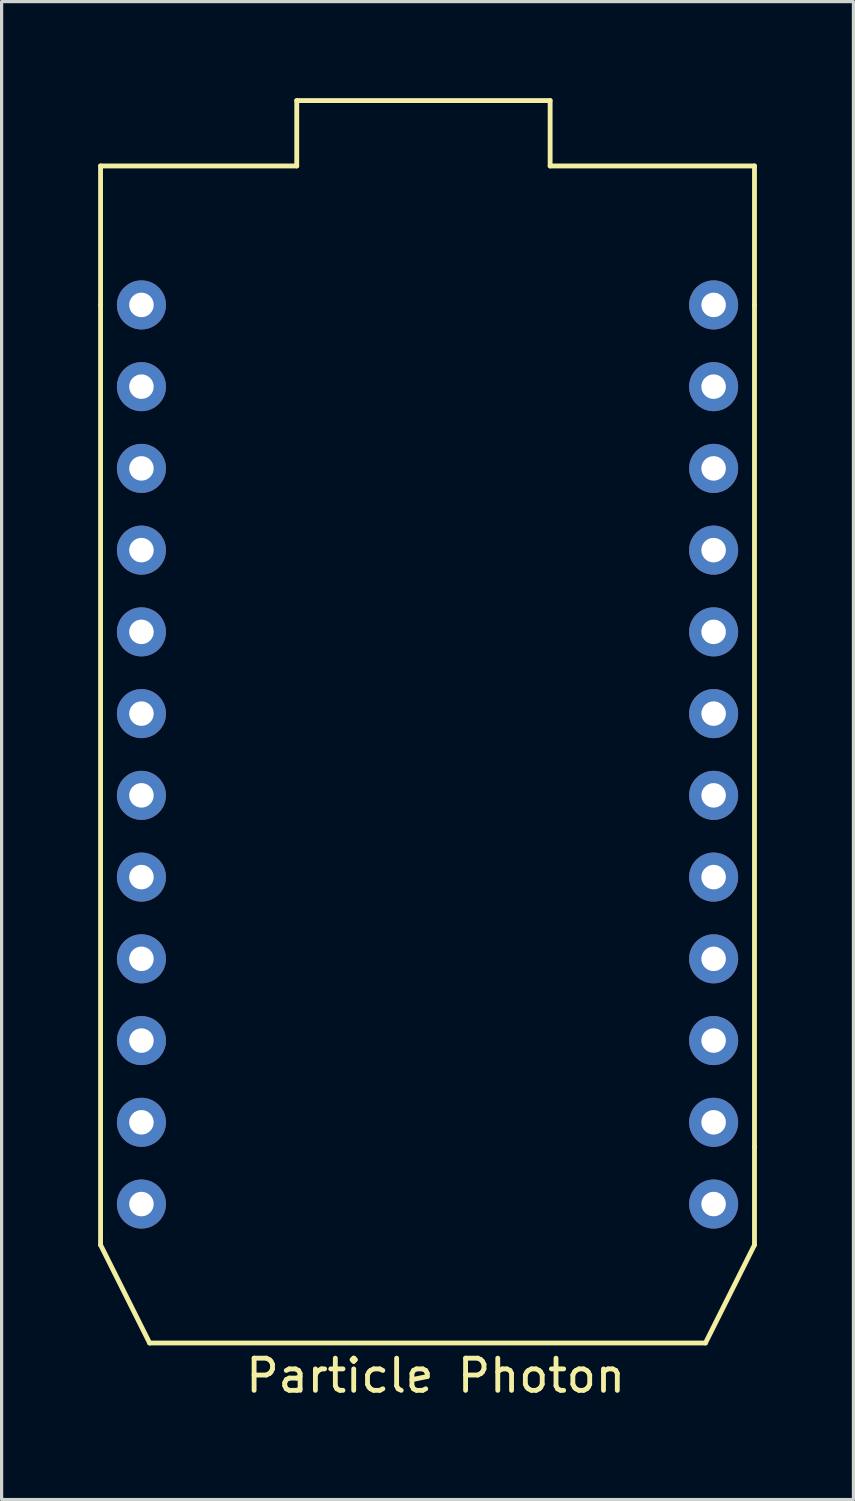
<source format=kicad_pcb>
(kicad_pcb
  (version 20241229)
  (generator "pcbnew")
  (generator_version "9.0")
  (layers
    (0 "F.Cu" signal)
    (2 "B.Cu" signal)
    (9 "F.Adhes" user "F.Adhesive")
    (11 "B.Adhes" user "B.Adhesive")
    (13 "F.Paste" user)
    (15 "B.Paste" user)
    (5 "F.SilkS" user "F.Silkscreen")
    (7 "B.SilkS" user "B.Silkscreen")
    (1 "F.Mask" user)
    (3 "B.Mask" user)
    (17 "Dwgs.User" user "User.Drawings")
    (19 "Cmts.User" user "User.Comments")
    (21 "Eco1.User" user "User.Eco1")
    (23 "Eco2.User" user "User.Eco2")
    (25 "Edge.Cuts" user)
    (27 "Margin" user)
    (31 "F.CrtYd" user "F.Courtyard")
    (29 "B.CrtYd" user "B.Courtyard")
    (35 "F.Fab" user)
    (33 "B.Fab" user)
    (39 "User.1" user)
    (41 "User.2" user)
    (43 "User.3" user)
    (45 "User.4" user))
  (footprint "Particle Photon"
    (layer "F.Cu")
    (at 10.235 20.395)
    (property "Reference" "Particle Photon" (at 0.254 19.304 0) (layer "F.SilkS") (effects (font (size 1 1) (thickness 0.15))))
    (attr through_hole)
    (fp_line (start -10.16 -18.288) (end -4.064 -18.288) (stroke (width 0.15) (type solid)) (layer "F.SilkS"))
    (fp_line (start -10.16 -13.97) (end -10.16 -18.288) (stroke (width 0.15) (type solid)) (layer "F.SilkS"))
    (fp_line (start -10.16 -13.97) (end -10.16 15.24) (stroke (width 0.15) (type solid)) (layer "F.SilkS"))
    (fp_line (start -10.16 15.24) (end -8.636 18.288) (stroke (width 0.15) (type solid)) (layer "F.SilkS"))
    (fp_line (start -4.064 -20.32) (end 3.81 -20.32) (stroke (width 0.15) (type solid)) (layer "F.SilkS"))
    (fp_line (start -4.064 -18.288) (end -4.064 -20.32) (stroke (width 0.15) (type solid)) (layer "F.SilkS"))
    (fp_line (start 3.81 -20.32) (end 3.81 -18.288) (stroke (width 0.15) (type solid)) (layer "F.SilkS"))
    (fp_line (start 3.81 -18.288) (end 10.16 -18.288) (stroke (width 0.15) (type solid)) (layer "F.SilkS"))
    (fp_line (start 8.636 18.288) (end -8.636 18.288) (stroke (width 0.15) (type solid)) (layer "F.SilkS"))
    (fp_line (start 10.16 -18.288) (end 10.16 -13.97) (stroke (width 0.15) (type solid)) (layer "F.SilkS"))
    (fp_line (start 10.16 -13.97) (end 10.16 12.192) (stroke (width 0.15) (type solid)) (layer "F.SilkS"))
    (fp_line (start 10.16 12.192) (end 10.16 15.24) (stroke (width 0.15) (type solid)) (layer "F.SilkS"))
    (fp_line (start 10.16 15.24) (end 8.636 18.288) (stroke (width 0.15) (type solid)) (layer "F.SilkS"))
    (pad "1" thru_hole circle (at -8.89 -13.97) (size 1.524 1.524) (drill 0.762) (layers "*.Cu" "*.Mask"))
    (pad "2" thru_hole circle (at -8.89 -11.43) (size 1.524 1.524) (drill 0.762) (layers "*.Cu" "*.Mask"))
    (pad "3" thru_hole circle (at -8.89 -8.89) (size 1.524 1.524) (drill 0.762) (layers "*.Cu" "*.Mask"))
    (pad "4" thru_hole circle (at -8.89 -6.35) (size 1.524 1.524) (drill 0.762) (layers "*.Cu" "*.Mask"))
    (pad "5" thru_hole circle (at -8.89 -3.81) (size 1.524 1.524) (drill 0.762) (layers "*.Cu" "*.Mask"))
    (pad "6" thru_hole circle (at -8.89 -1.27) (size 1.524 1.524) (drill 0.762) (layers "*.Cu" "*.Mask"))
    (pad "7" thru_hole circle (at -8.89 1.27) (size 1.524 1.524) (drill 0.762) (layers "*.Cu" "*.Mask"))
    (pad "8" thru_hole circle (at -8.89 3.81) (size 1.524 1.524) (drill 0.762) (layers "*.Cu" "*.Mask"))
    (pad "9" thru_hole circle (at -8.89 6.35) (size 1.524 1.524) (drill 0.762) (layers "*.Cu" "*.Mask"))
    (pad "10" thru_hole circle (at -8.89 8.89) (size 1.524 1.524) (drill 0.762) (layers "*.Cu" "*.Mask"))
    (pad "11" thru_hole circle (at -8.89 11.43) (size 1.524 1.524) (drill 0.762) (layers "*.Cu" "*.Mask"))
    (pad "12" thru_hole circle (at -8.89 13.97) (size 1.524 1.524) (drill 0.762) (layers "*.Cu" "*.Mask"))
    (pad "13" thru_hole circle (at 8.89 13.97) (size 1.524 1.524) (drill 0.762) (layers "*.Cu" "*.Mask"))
    (pad "14" thru_hole circle (at 8.89 11.43) (size 1.524 1.524) (drill 0.762) (layers "*.Cu" "*.Mask"))
    (pad "15" thru_hole circle (at 8.89 8.89) (size 1.524 1.524) (drill 0.762) (layers "*.Cu" "*.Mask"))
    (pad "16" thru_hole circle (at 8.89 6.35) (size 1.524 1.524) (drill 0.762) (layers "*.Cu" "*.Mask"))
    (pad "17" thru_hole circle (at 8.89 3.81) (size 1.524 1.524) (drill 0.762) (layers "*.Cu" "*.Mask"))
    (pad "18" thru_hole circle (at 8.89 1.27) (size 1.524 1.524) (drill 0.762) (layers "*.Cu" "*.Mask"))
    (pad "19" thru_hole circle (at 8.89 -1.27) (size 1.524 1.524) (drill 0.762) (layers "*.Cu" "*.Mask"))
    (pad "20" thru_hole circle (at 8.89 -3.81) (size 1.524 1.524) (drill 0.762) (layers "*.Cu" "*.Mask"))
    (pad "21" thru_hole circle (at 8.89 -6.35) (size 1.524 1.524) (drill 0.762) (layers "*.Cu" "*.Mask"))
    (pad "22" thru_hole circle (at 8.89 -8.89) (size 1.524 1.524) (drill 0.762) (layers "*.Cu" "*.Mask"))
    (pad "23" thru_hole circle (at 8.89 -11.43) (size 1.524 1.524) (drill 0.762) (layers "*.Cu" "*.Mask"))
    (pad "24" thru_hole circle (at 8.89 -13.97) (size 1.524 1.524) (drill 0.762) (layers "*.Cu" "*.Mask")))
  (gr_rect
    (start -3 -3)
    (end 23.47 43.547)
    (stroke (width 0.1) (type default))
    (fill no)
    (layer "Edge.Cuts")))
</source>
